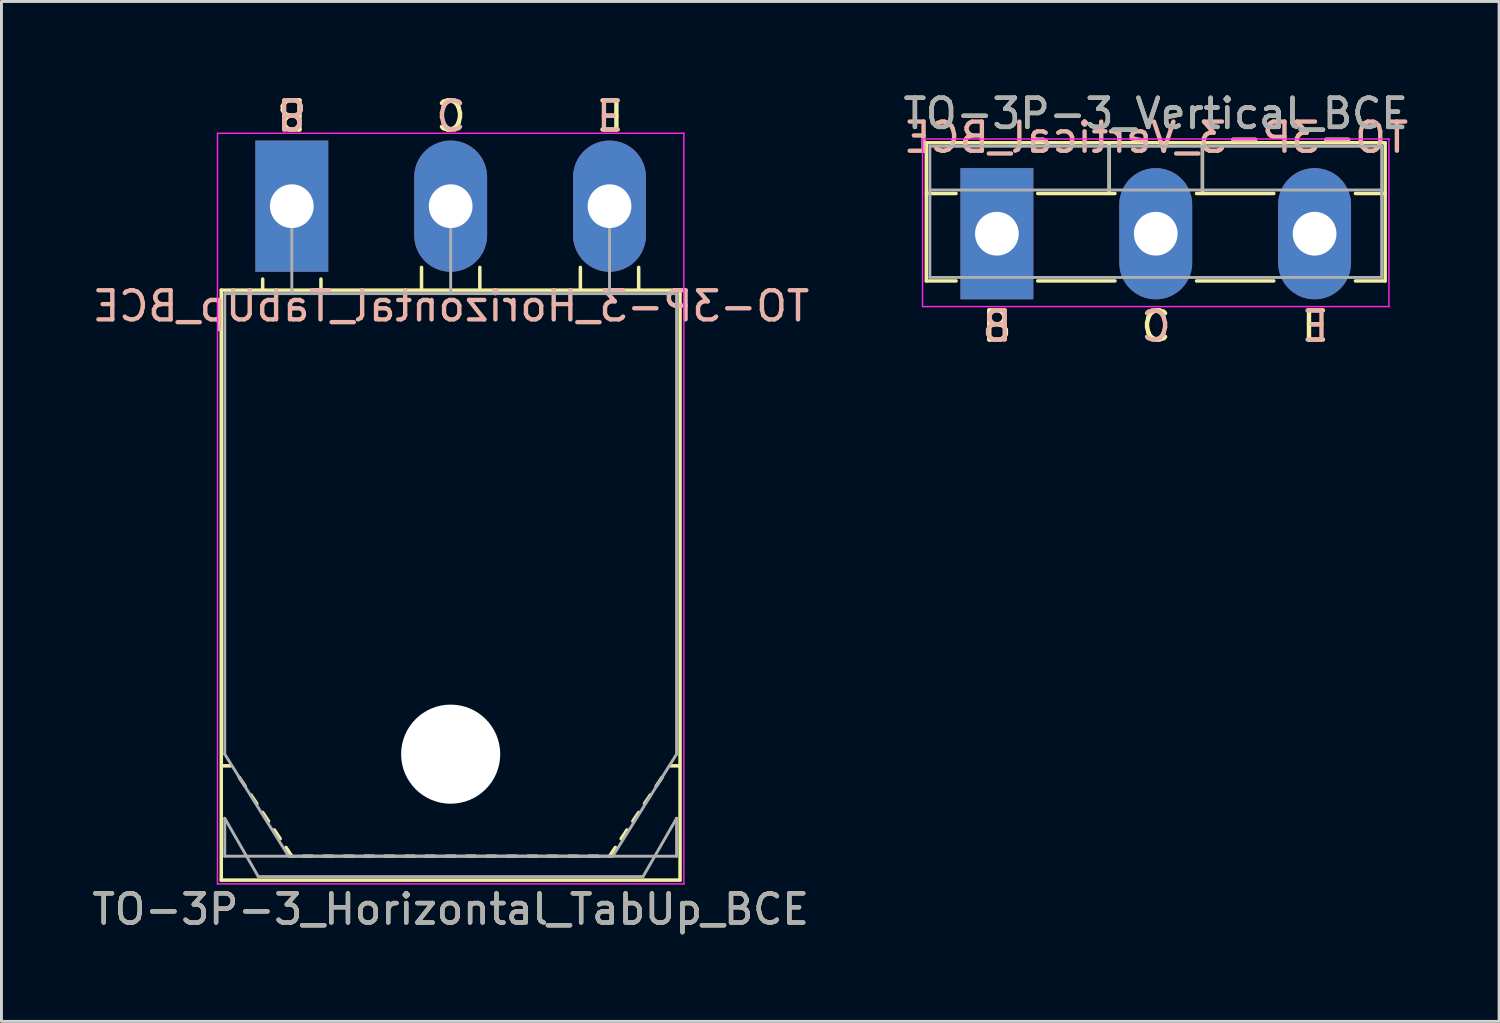
<source format=kicad_pcb>
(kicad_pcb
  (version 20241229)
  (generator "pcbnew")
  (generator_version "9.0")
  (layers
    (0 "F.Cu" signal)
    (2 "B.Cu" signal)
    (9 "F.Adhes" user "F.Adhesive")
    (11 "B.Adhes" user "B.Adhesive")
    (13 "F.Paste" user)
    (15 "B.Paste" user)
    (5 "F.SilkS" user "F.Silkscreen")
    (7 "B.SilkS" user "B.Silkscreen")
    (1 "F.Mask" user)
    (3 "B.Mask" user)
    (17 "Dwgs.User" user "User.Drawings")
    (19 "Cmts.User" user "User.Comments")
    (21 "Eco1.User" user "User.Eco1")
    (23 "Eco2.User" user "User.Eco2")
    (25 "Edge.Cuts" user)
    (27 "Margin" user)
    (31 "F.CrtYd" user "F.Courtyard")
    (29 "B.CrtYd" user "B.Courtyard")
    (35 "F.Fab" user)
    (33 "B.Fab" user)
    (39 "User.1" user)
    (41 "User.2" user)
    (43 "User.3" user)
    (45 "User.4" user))
  (footprint "TO-3P-3_Horizontal_TabUp_BCE"
    (layer "F.Cu")
    (at 6.961 4.023)
    (property "Reference" "TO-3P-3_Horizontal_TabUp_BCE" (at 5.45 24.12 0) (layer "F.SilkS") (effects (font (size 1 1) (thickness 0.15))))
    (fp_line (start -2.42 23.12) (end -2.42 2.88) (stroke (width 0.12) (type solid)) (layer "F.SilkS"))
    (fp_line (start -2.1 19.2) (end -2.4 19.2) (stroke (width 0.12) (type solid)) (layer "F.SilkS"))
    (fp_line (start -1.8 19.6) (end -1.6 19.9) (stroke (width 0.12) (type solid)) (layer "F.SilkS"))
    (fp_line (start -1.4 20.2) (end -1.2 20.5) (stroke (width 0.12) (type solid)) (layer "F.SilkS"))
    (fp_line (start -1 2.85) (end -1 2.5) (stroke (width 0.12) (type solid)) (layer "F.SilkS"))
    (fp_line (start -1 20.8) (end -0.8 21.1) (stroke (width 0.12) (type solid)) (layer "F.SilkS"))
    (fp_line (start -0.6 21.4) (end -0.4 21.7) (stroke (width 0.12) (type solid)) (layer "F.SilkS"))
    (fp_line (start -0.2 22) (end 0 22.3) (stroke (width 0.12) (type solid)) (layer "F.SilkS"))
    (fp_line (start 0.7 22.3) (end 0.4 22.3) (stroke (width 0.12) (type solid)) (layer "F.SilkS"))
    (fp_line (start 1 2.85) (end 1 2.5) (stroke (width 0.12) (type solid)) (layer "F.SilkS"))
    (fp_line (start 1.4 22.3) (end 1.1 22.3) (stroke (width 0.12) (type solid)) (layer "F.SilkS"))
    (fp_line (start 2.1 22.3) (end 1.8 22.3) (stroke (width 0.12) (type solid)) (layer "F.SilkS"))
    (fp_line (start 2.8 22.3) (end 2.5 22.3) (stroke (width 0.12) (type solid)) (layer "F.SilkS"))
    (fp_line (start 3.5 22.3) (end 3.2 22.3) (stroke (width 0.12) (type solid)) (layer "F.SilkS"))
    (fp_line (start 4.2 22.3) (end 3.9 22.3) (stroke (width 0.12) (type solid)) (layer "F.SilkS"))
    (fp_line (start 4.45 2.85) (end 4.45 2.1) (stroke (width 0.12) (type solid)) (layer "F.SilkS"))
    (fp_line (start 4.9 22.3) (end 4.6 22.3) (stroke (width 0.12) (type solid)) (layer "F.SilkS"))
    (fp_line (start 5.6 22.3) (end 5.3 22.3) (stroke (width 0.12) (type solid)) (layer "F.SilkS"))
    (fp_line (start 6.3 22.3) (end 6 22.3) (stroke (width 0.12) (type solid)) (layer "F.SilkS"))
    (fp_line (start 6.45 2.85) (end 6.45 2.1) (stroke (width 0.12) (type solid)) (layer "F.SilkS"))
    (fp_line (start 7 22.3) (end 6.7 22.3) (stroke (width 0.12) (type solid)) (layer "F.SilkS"))
    (fp_line (start 7.7 22.3) (end 7.4 22.3) (stroke (width 0.12) (type solid)) (layer "F.SilkS"))
    (fp_line (start 8.4 22.3) (end 8.1 22.3) (stroke (width 0.12) (type solid)) (layer "F.SilkS"))
    (fp_line (start 9.1 22.3) (end 8.8 22.3) (stroke (width 0.12) (type solid)) (layer "F.SilkS"))
    (fp_line (start 9.8 22.3) (end 9.5 22.3) (stroke (width 0.12) (type solid)) (layer "F.SilkS"))
    (fp_line (start 9.9 2.85) (end 9.9 2.1) (stroke (width 0.12) (type solid)) (layer "F.SilkS"))
    (fp_line (start 10.5 22.3) (end 10.2 22.3) (stroke (width 0.12) (type solid)) (layer "F.SilkS"))
    (fp_line (start 11.1 22) (end 10.9 22.3) (stroke (width 0.12) (type solid)) (layer "F.SilkS"))
    (fp_line (start 11.5 21.4) (end 11.3 21.7) (stroke (width 0.12) (type solid)) (layer "F.SilkS"))
    (fp_line (start 11.9 2.85) (end 11.9 2.1) (stroke (width 0.12) (type solid)) (layer "F.SilkS"))
    (fp_line (start 11.9 20.8) (end 11.7 21.1) (stroke (width 0.12) (type solid)) (layer "F.SilkS"))
    (fp_line (start 12.3 20.2) (end 12.1 20.5) (stroke (width 0.12) (type solid)) (layer "F.SilkS"))
    (fp_line (start 12.7 19.6) (end 12.5 19.9) (stroke (width 0.12) (type solid)) (layer "F.SilkS"))
    (fp_line (start 13 19.2) (end 13.3 19.2) (stroke (width 0.12) (type solid)) (layer "F.SilkS"))
    (fp_line (start 13.32 2.88) (end -2.42 2.88) (stroke (width 0.12) (type solid)) (layer "F.SilkS"))
    (fp_line (start 13.32 23.12) (end -2.42 23.12) (stroke (width 0.12) (type solid)) (layer "F.SilkS"))
    (fp_line (start 13.32 23.12) (end 13.32 2.88) (stroke (width 0.12) (type solid)) (layer "F.SilkS"))
    (fp_line (start -2.55 -2.5) (end -2.55 23.25) (stroke (width 0.05) (type solid)) (layer "F.CrtYd"))
    (fp_line (start -2.55 23.25) (end 13.45 23.25) (stroke (width 0.05) (type solid)) (layer "F.CrtYd"))
    (fp_line (start 13.45 -2.5) (end -2.55 -2.5) (stroke (width 0.05) (type solid)) (layer "F.CrtYd"))
    (fp_line (start 13.45 23.25) (end 13.45 -2.5) (stroke (width 0.05) (type solid)) (layer "F.CrtYd"))
    (fp_line (start -2.3 3) (end -2.3 18.8) (stroke (width 0.1) (type solid)) (layer "F.Fab"))
    (fp_line (start -2.3 18.8) (end -0.11 22.3) (stroke (width 0.1) (type solid)) (layer "F.Fab"))
    (fp_line (start -2.3 21) (end -1.15 23) (stroke (width 0.1) (type solid)) (layer "F.Fab"))
    (fp_line (start -2.3 22.3) (end -2.3 21) (stroke (width 0.1) (type solid)) (layer "F.Fab"))
    (fp_line (start -1.15 23) (end 12.05 23) (stroke (width 0.1) (type solid)) (layer "F.Fab"))
    (fp_line (start -0.11 22.3) (end 11.01 22.3) (stroke (width 0.1) (type solid)) (layer "F.Fab"))
    (fp_line (start 0 3) (end 0 0) (stroke (width 0.1) (type solid)) (layer "F.Fab"))
    (fp_line (start 5.45 3) (end 5.45 0) (stroke (width 0.1) (type solid)) (layer "F.Fab"))
    (fp_line (start 10.9 3) (end 10.9 0) (stroke (width 0.1) (type solid)) (layer "F.Fab"))
    (fp_line (start 11.01 22.3) (end 13.2 18.8) (stroke (width 0.1) (type solid)) (layer "F.Fab"))
    (fp_line (start 12.05 23) (end 13.2 21) (stroke (width 0.1) (type solid)) (layer "F.Fab"))
    (fp_line (start 13.2 3) (end -2.3 3) (stroke (width 0.1) (type solid)) (layer "F.Fab"))
    (fp_line (start 13.2 18.8) (end 13.2 3) (stroke (width 0.1) (type solid)) (layer "F.Fab"))
    (fp_line (start 13.2 21) (end 13.2 22.3) (stroke (width 0.1) (type solid)) (layer "F.Fab"))
    (fp_line (start 13.2 22.3) (end -2.3 22.3) (stroke (width 0.1) (type solid)) (layer "F.Fab"))
    (fp_circle (center 5.45 18.8) (end 7.05 18.8) (stroke (width 0.1) (type solid)) (fill no) (layer "F.Fab"))
    (fp_text user "B" (at 0 -3.175 180) (unlocked yes) (layer "F.SilkS") (effects (font (size 1 1) (thickness 0.15))))
    (fp_text user "C" (at 5.461 -3.175 180) (unlocked yes) (layer "F.SilkS") (effects (font (size 1 1) (thickness 0.15))))
    (fp_text user "E" (at 10.922 -3.175 180) (unlocked yes) (layer "F.SilkS") (effects (font (size 1 1) (thickness 0.15))))
    (fp_text user "B" (at 0 -3.175 180) (unlocked yes) (layer "B.SilkS") (effects (font (size 1 1) (thickness 0.15)) (justify mirror)))
    (fp_text user "${REFERENCE}" (at 5.461 3.429 0) (layer "B.SilkS") (effects (font (size 1 1) (thickness 0.15)) (justify mirror)))
    (fp_text user "E" (at 10.922 -3.175 180) (unlocked yes) (layer "B.SilkS") (effects (font (size 1 1) (thickness 0.15)) (justify mirror)))
    (fp_text user "C" (at 5.461 -3.175 180) (unlocked yes) (layer "B.SilkS") (effects (font (size 1 1) (thickness 0.15)) (justify mirror)))
    (fp_text user "${REFERENCE}" (at 5.45 24.12 0) (layer "F.Fab") (effects (font (size 1 1) (thickness 0.15))))
    (pad "" np_thru_hole oval (at 5.45 18.8) (size 3.4 3.4) (drill 3.4) (layers "*.Cu" "*.Mask"))
    (pad "1" thru_hole rect (at 0 0) (size 2.5 4.5) (drill 1.5) (layers "*.Cu" "*.Mask"))
    (pad "2" thru_hole oval (at 5.45 0) (size 2.5 4.5) (drill 1.5) (layers "*.Cu" "*.Mask"))
    (pad "3" thru_hole oval (at 10.9 0) (size 2.5 4.5) (drill 1.5) (layers "*.Cu" "*.Mask")))
  (footprint "TO-3P-3_Vertical_BCE"
    (layer "F.Cu")
    (at 31.15 4.968)
    (property "Reference" "TO-3P-3_Vertical_BCE" (at 5.45 -4.12 0) (layer "F.SilkS") (effects (font (size 1 1) (thickness 0.15))))
    (fp_line (start -2.42 -3.12) (end -2.42 1.62) (stroke (width 0.12) (type solid)) (layer "F.SilkS"))
    (fp_line (start -2.42 -3.12) (end 13.32 -3.12) (stroke (width 0.12) (type solid)) (layer "F.SilkS"))
    (fp_line (start -2.42 -1.38) (end -1.4 -1.38) (stroke (width 0.12) (type solid)) (layer "F.SilkS"))
    (fp_line (start -2.42 1.62) (end -1.4 1.62) (stroke (width 0.12) (type solid)) (layer "F.SilkS"))
    (fp_line (start 1.4 -1.38) (end 4.051 -1.38) (stroke (width 0.12) (type solid)) (layer "F.SilkS"))
    (fp_line (start 1.4 1.62) (end 4.051 1.62) (stroke (width 0.12) (type solid)) (layer "F.SilkS"))
    (fp_line (start 3.85 -3.12) (end 3.85 -1.38) (stroke (width 0.12) (type solid)) (layer "F.SilkS"))
    (fp_line (start 6.85 -1.38) (end 9.5 -1.38) (stroke (width 0.12) (type solid)) (layer "F.SilkS"))
    (fp_line (start 6.85 1.62) (end 9.5 1.62) (stroke (width 0.12) (type solid)) (layer "F.SilkS"))
    (fp_line (start 7.051 -3.12) (end 7.051 -1.38) (stroke (width 0.12) (type solid)) (layer "F.SilkS"))
    (fp_line (start 12.3 -1.38) (end 13.32 -1.38) (stroke (width 0.12) (type solid)) (layer "F.SilkS"))
    (fp_line (start 12.3 1.62) (end 13.32 1.62) (stroke (width 0.12) (type solid)) (layer "F.SilkS"))
    (fp_line (start 13.32 -3.12) (end 13.32 1.62) (stroke (width 0.12) (type solid)) (layer "F.SilkS"))
    (fp_line (start -2.55 -3.25) (end -2.55 2.5) (stroke (width 0.05) (type solid)) (layer "F.CrtYd"))
    (fp_line (start -2.55 2.5) (end 13.45 2.5) (stroke (width 0.05) (type solid)) (layer "F.CrtYd"))
    (fp_line (start 13.45 -3.25) (end -2.55 -3.25) (stroke (width 0.05) (type solid)) (layer "F.CrtYd"))
    (fp_line (start 13.45 2.5) (end 13.45 -3.25) (stroke (width 0.05) (type solid)) (layer "F.CrtYd"))
    (fp_line (start -2.3 -3) (end -2.3 1.5) (stroke (width 0.1) (type solid)) (layer "F.Fab"))
    (fp_line (start -2.3 -1.5) (end 13.2 -1.5) (stroke (width 0.1) (type solid)) (layer "F.Fab"))
    (fp_line (start -2.3 1.5) (end 13.2 1.5) (stroke (width 0.1) (type solid)) (layer "F.Fab"))
    (fp_line (start 3.85 -3) (end 3.85 -1.5) (stroke (width 0.1) (type solid)) (layer "F.Fab"))
    (fp_line (start 7.05 -3) (end 7.05 -1.5) (stroke (width 0.1) (type solid)) (layer "F.Fab"))
    (fp_line (start 13.2 -3) (end -2.3 -3) (stroke (width 0.1) (type solid)) (layer "F.Fab"))
    (fp_line (start 13.2 1.5) (end 13.2 -3) (stroke (width 0.1) (type solid)) (layer "F.Fab"))
    (fp_text user "B" (at 0 3.175 0) (unlocked yes) (layer "F.SilkS") (effects (font (size 1 1) (thickness 0.15))))
    (fp_text user "C" (at 5.461 3.175 0) (unlocked yes) (layer "F.SilkS") (effects (font (size 1 1) (thickness 0.15))))
    (fp_text user "E" (at 10.922 3.175 0) (unlocked yes) (layer "F.SilkS") (effects (font (size 1 1) (thickness 0.15))))
    (fp_text user "E" (at 10.922 3.175 0) (unlocked yes) (layer "B.SilkS") (effects (font (size 1 1) (thickness 0.15)) (justify mirror)))
    (fp_text user "${REFERENCE}" (at 5.461 -3.302 0) (layer "B.SilkS") (effects (font (size 1 1) (thickness 0.15)) (justify mirror)))
    (fp_text user "B" (at 0.007 3.171 0) (unlocked yes) (layer "B.SilkS") (effects (font (size 1 1) (thickness 0.15)) (justify mirror)))
    (fp_text user "C" (at 5.461 3.175 0) (unlocked yes) (layer "B.SilkS") (effects (font (size 1 1) (thickness 0.15)) (justify mirror)))
    (fp_text user "${REFERENCE}" (at 5.45 -4.12 0) (layer "F.Fab") (effects (font (size 1 1) (thickness 0.15))))
    (pad "1" thru_hole rect (at 0 0) (size 2.5 4.5) (drill 1.5) (layers "*.Cu" "*.Mask"))
    (pad "2" thru_hole oval (at 5.45 0) (size 2.5 4.5) (drill 1.5) (layers "*.Cu" "*.Mask"))
    (pad "3" thru_hole oval (at 10.9 0) (size 2.5 4.5) (drill 1.5) (layers "*.Cu" "*.Mask")))
  (gr_rect
    (start -3 -3)
    (end 48.379 31.991)
    (stroke (width 0.1) (type default))
    (fill no)
    (layer "Edge.Cuts")))
</source>
